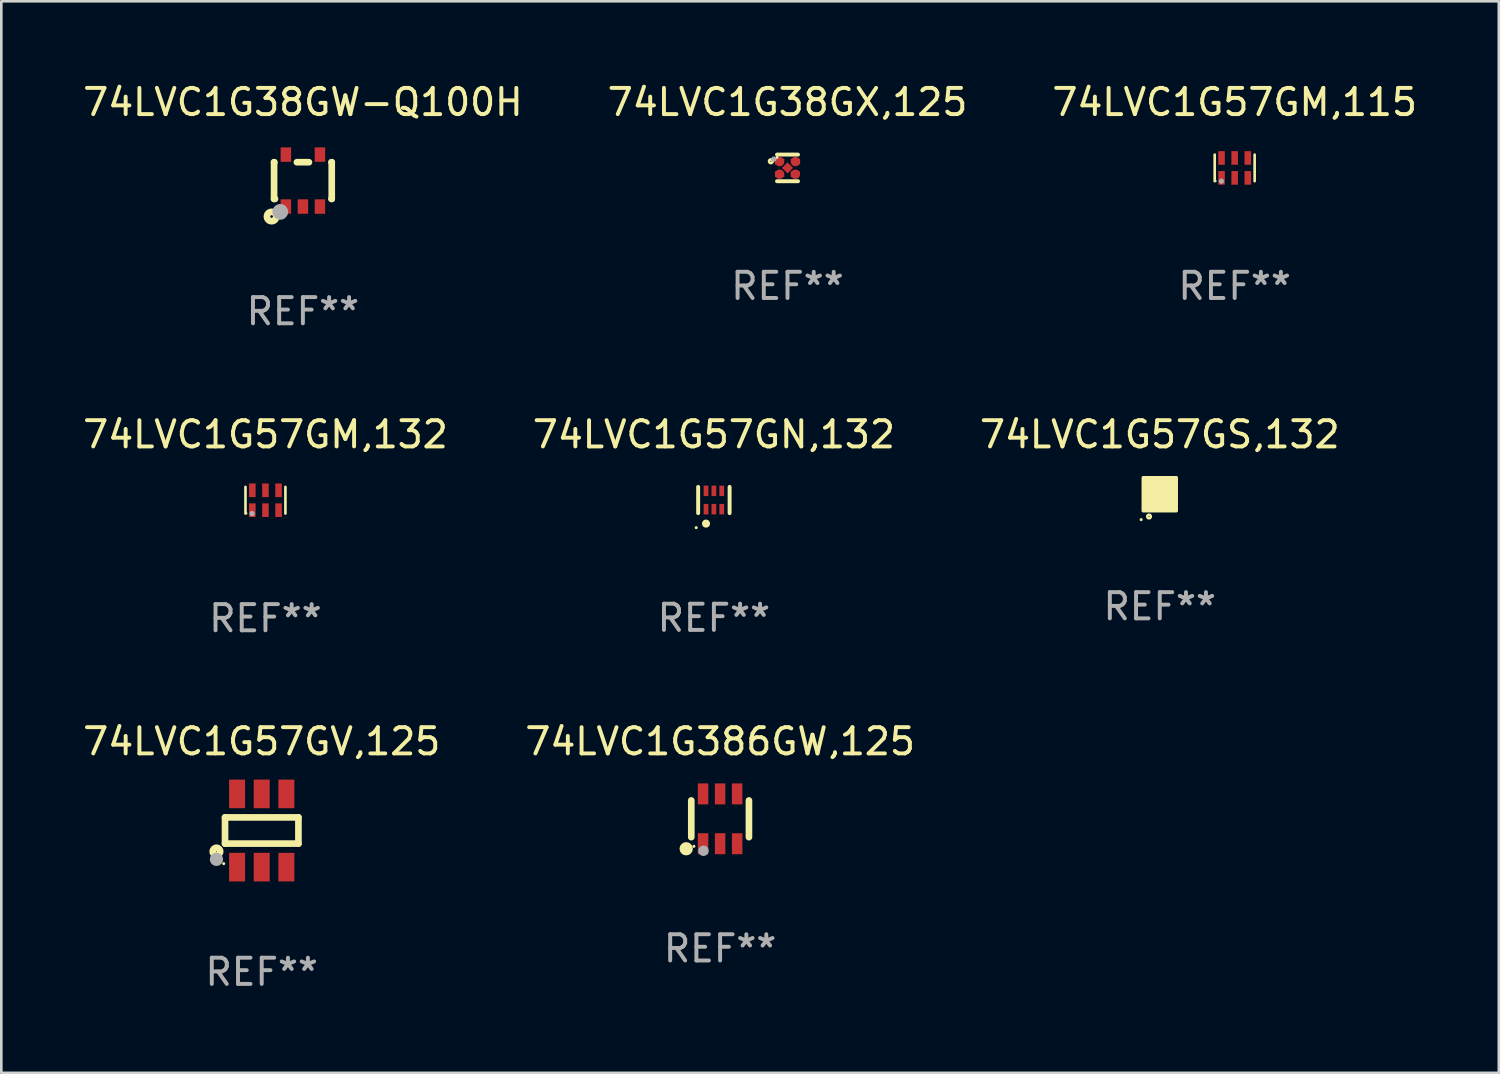
<source format=kicad_pcb>
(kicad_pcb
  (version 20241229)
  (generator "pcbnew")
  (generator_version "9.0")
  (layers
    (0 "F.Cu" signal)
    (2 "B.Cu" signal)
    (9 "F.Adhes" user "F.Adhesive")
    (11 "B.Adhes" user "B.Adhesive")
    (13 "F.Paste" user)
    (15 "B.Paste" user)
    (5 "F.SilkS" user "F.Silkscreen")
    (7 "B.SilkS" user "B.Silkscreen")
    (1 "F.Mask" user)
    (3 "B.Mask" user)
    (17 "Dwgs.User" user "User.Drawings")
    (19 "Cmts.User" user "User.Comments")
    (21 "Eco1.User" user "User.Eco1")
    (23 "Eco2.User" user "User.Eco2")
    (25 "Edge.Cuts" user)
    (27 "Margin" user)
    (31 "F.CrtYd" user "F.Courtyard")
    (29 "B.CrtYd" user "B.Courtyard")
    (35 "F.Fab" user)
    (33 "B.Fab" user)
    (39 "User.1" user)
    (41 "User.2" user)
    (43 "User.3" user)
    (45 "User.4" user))
  (footprint "74LVC1G57GM,115"
    (layer "F.Cu")
    (at 44.054 3.356)
    (property "Reference" "74LVC1G57GM,115" (at 0 -2.508 0) (layer "F.SilkS") (effects (font (size 1 1) (thickness 0.15))))
    (attr through_hole)
    (fp_line (start -0.762 -0.508) (end -0.762 0.508) (stroke (width 0.1) (type solid)) (layer "F.SilkS"))
    (fp_line (start 0.762 -0.508) (end 0.762 0.508) (stroke (width 0.1) (type solid)) (layer "F.SilkS"))
    (fp_circle (center -0.725 0.5) (end -0.705 0.5) (stroke (width 0.04) (type solid)) (fill no) (layer "F.SilkS"))
    (fp_circle (center -0.508 0.508) (end -0.458 0.508) (stroke (width 0.1) (type solid)) (fill no) (layer "F.Fab"))
    (fp_text user "REF**" (at 0 4.508 0) (layer "F.Fab") (effects (font (size 1 1) (thickness 0.15))))
    (pad "1" smd rect (at -0.5 0.38) (size 0.25 0.52) (layers "F.Cu" "F.Mask" "F.Paste"))
    (pad "2" smd rect (at -0.000127 0.38) (size 0.25 0.52) (layers "F.Cu" "F.Mask" "F.Paste"))
    (pad "3" smd rect (at 0.5 0.38) (size 0.25 0.52) (layers "F.Cu" "F.Mask" "F.Paste"))
    (pad "4" smd rect (at 0.5 -0.38 180) (size 0.25 0.52) (layers "F.Cu" "F.Mask" "F.Paste"))
    (pad "5" smd rect (at -0.000127 -0.38 180) (size 0.25 0.52) (layers "F.Cu" "F.Mask" "F.Paste"))
    (pad "6" smd rect (at -0.5 -0.38 180) (size 0.25 0.52) (layers "F.Cu" "F.Mask" "F.Paste")))
  (footprint "74LVC1G57GN,132"
    (layer "F.Cu")
    (at 24.185 16.026)
    (property "Reference" "74LVC1G57GN,132" (at 0 -2.5 0) (layer "F.SilkS") (effects (font (size 1 1) (thickness 0.15))))
    (attr through_hole)
    (fp_line (start -0.6 -0.5) (end -0.6 0.5) (stroke (width 0.15) (type solid)) (layer "F.SilkS"))
    (fp_line (start 0.6 0.5) (end 0.6 -0.5) (stroke (width 0.15) (type solid)) (layer "F.SilkS"))
    (fp_circle (center -0.675 1.055) (end -0.645 1.055) (stroke (width 0.06) (type solid)) (fill no) (layer "F.SilkS"))
    (fp_circle (center -0.3 0.9) (end -0.22 0.9) (stroke (width 0.15) (type solid)) (fill no) (layer "F.SilkS"))
    (fp_text user "REF**" (at 0 4.5 0) (layer "F.Fab") (effects (font (size 1 1) (thickness 0.15))))
    (pad "1" smd rect (at -0.3 0.35) (size 0.18 0.4) (layers "F.Cu" "F.Mask" "F.Paste"))
    (pad "2" smd rect (at 0.000025 0.35) (size 0.18 0.4) (layers "F.Cu" "F.Mask" "F.Paste"))
    (pad "3" smd rect (at 0.3 0.35) (size 0.18 0.4) (layers "F.Cu" "F.Mask" "F.Paste"))
    (pad "4" smd rect (at 0.3 -0.35) (size 0.18 0.4) (layers "F.Cu" "F.Mask" "F.Paste"))
    (pad "5" smd rect (at 0.000025 -0.35) (size 0.18 0.4) (layers "F.Cu" "F.Mask" "F.Paste"))
    (pad "6" smd rect (at -0.3 -0.35) (size 0.18 0.4) (layers "F.Cu" "F.Mask" "F.Paste")))
  (footprint "74LVC1G57GS,132"
    (layer "F.Cu")
    (at 41.196 15.806)
    (property "Reference" "74LVC1G57GS,132" (at 0 -2.28 0) (layer "F.SilkS") (effects (font (size 1 1) (thickness 0.15))))
    (attr through_hole)
    (fp_circle (center -0.71 0.968) (end -0.68 0.968) (stroke (width 0.06) (type solid)) (fill no) (layer "F.SilkS"))
    (fp_circle (center -0.41 0.85) (end -0.342 0.85) (stroke (width 0.1) (type solid)) (fill no) (layer "F.SilkS"))
    (fp_poly (pts (xy -0.635 -0.635) (xy 0.635 -0.635) (xy 0.635 0.635) (xy -0.635 0.635)) (stroke (width 0.12) (type solid)) (fill yes) (layer "F.SilkS"))
    (fp_text user "REF**" (at 0 4.28 0) (layer "F.Fab") (effects (font (size 1 1) (thickness 0.15))))
    (pad "1" smd rect (at -0.35 0.28 90) (size 0.35 0.2) (layers "F.Cu" "F.Mask" "F.Paste"))
    (pad "2" smd rect (at 0 0.28 90) (size 0.35 0.2) (layers "F.Cu" "F.Mask" "F.Paste"))
    (pad "3" smd rect (at 0.35 0.28 90) (size 0.35 0.2) (layers "F.Cu" "F.Mask" "F.Paste"))
    (pad "4" smd rect (at 0.35 -0.28 90) (size 0.35 0.2) (layers "F.Cu" "F.Mask" "F.Paste"))
    (pad "5" smd rect (at 0 -0.28 90) (size 0.35 0.2) (layers "F.Cu" "F.Mask" "F.Paste"))
    (pad "6" smd rect (at -0.35 -0.28 90) (size 0.35 0.2) (layers "F.Cu" "F.Mask" "F.Paste")))
  (footprint "74LVC1G57GV,125"
    (layer "F.Cu")
    (at 6.935 28.635)
    (property "Reference" "74LVC1G57GV,125" (at 0 -3.397 0) (layer "F.SilkS") (effects (font (size 1 1) (thickness 0.15))))
    (attr through_hole)
    (fp_line (start -1.4 -0.501) (end -1.4 0.5) (stroke (width 0.254) (type solid)) (layer "F.SilkS"))
    (fp_line (start -1.4 0.5) (end 1.4 0.5) (stroke (width 0.254) (type solid)) (layer "F.SilkS"))
    (fp_line (start 1.4 -0.501) (end -1.4 -0.501) (stroke (width 0.254) (type solid)) (layer "F.SilkS"))
    (fp_line (start 1.4 0.5) (end 1.4 -0.501) (stroke (width 0.254) (type solid)) (layer "F.SilkS"))
    (fp_circle (center -1.727 0.8) (end -1.585 0.8) (stroke (width 0.254) (type solid)) (fill no) (layer "F.SilkS"))
    (fp_circle (center -1.45 1.263) (end -1.42 1.263) (stroke (width 0.06) (type solid)) (fill no) (layer "F.SilkS"))
    (fp_circle (center -1.727 1.1) (end -1.6 1.1) (stroke (width 0.254) (type solid)) (fill no) (layer "F.Fab"))
    (fp_text user "REF**" (at 0 5.397 0) (layer "F.Fab") (effects (font (size 1 1) (thickness 0.15))))
    (pad "1" smd rect (at -0.94 1.397 180) (size 0.61 1.092) (layers "F.Cu" "F.Mask" "F.Paste"))
    (pad "2" smd rect (at 0.000127 1.397 180) (size 0.61 1.092) (layers "F.Cu" "F.Mask" "F.Paste"))
    (pad "3" smd rect (at 0.94 1.397 180) (size 0.61 1.092) (layers "F.Cu" "F.Mask" "F.Paste"))
    (pad "4" smd rect (at 0.94 -1.397 180) (size 0.61 1.092) (layers "F.Cu" "F.Mask" "F.Paste"))
    (pad "5" smd rect (at 0.000127 -1.397 180) (size 0.61 1.092) (layers "F.Cu" "F.Mask" "F.Paste"))
    (pad "6" smd rect (at -0.94 -1.397 180) (size 0.61 1.092) (layers "F.Cu" "F.Mask" "F.Paste")))
  (footprint "74LVC1G38GW-Q100H"
    (layer "F.Cu")
    (at 8.506 3.839)
    (property "Reference" "74LVC1G38GW-Q100H" (at 0 -2.991 0) (layer "F.SilkS") (effects (font (size 1 1) (thickness 0.15))))
    (attr through_hole)
    (fp_line (start -1.1 -0.7) (end -1.1 0.7) (stroke (width 0.254) (type solid)) (layer "F.SilkS"))
    (fp_line (start -1.1 -0.7) (end -1.09 -0.7) (stroke (width 0.254) (type solid)) (layer "F.SilkS"))
    (fp_line (start -1.1 0.7) (end -1.065 0.7) (stroke (width 0.254) (type solid)) (layer "F.SilkS"))
    (fp_line (start -0.23 -0.7) (end 0.23 -0.7) (stroke (width 0.254) (type solid)) (layer "F.SilkS"))
    (fp_line (start 1.09 -0.7) (end 1.1 -0.7) (stroke (width 0.254) (type solid)) (layer "F.SilkS"))
    (fp_line (start 1.09 0.7) (end 1.1 0.7) (stroke (width 0.254) (type solid)) (layer "F.SilkS"))
    (fp_line (start 1.1 -0.7) (end 1.1 0.7) (stroke (width 0.254) (type solid)) (layer "F.SilkS"))
    (fp_circle (center -1.194 1.372) (end -1.143 1.372) (stroke (width 0.254) (type solid)) (fill no) (layer "F.SilkS"))
    (fp_circle (center -1.05 1.063) (end -1.02 1.063) (stroke (width 0.06) (type solid)) (fill no) (layer "F.SilkS"))
    (fp_circle (center -0.864 1.194) (end -0.713 1.194) (stroke (width 0.3) (type solid)) (fill no) (layer "F.Fab"))
    (fp_text user "REF**" (at 0 4.991 0) (layer "F.Fab") (effects (font (size 1 1) (thickness 0.15))))
    (pad "1" smd rect (at -0.65 0.991 180) (size 0.399 0.551) (layers "F.Cu" "F.Mask" "F.Paste"))
    (pad "2" smd rect (at 0 0.991 180) (size 0.399 0.551) (layers "F.Cu" "F.Mask" "F.Paste"))
    (pad "3" smd rect (at 0.65 0.991 180) (size 0.399 0.551) (layers "F.Cu" "F.Mask" "F.Paste"))
    (pad "4" smd rect (at 0.65 -0.991 180) (size 0.399 0.551) (layers "F.Cu" "F.Mask" "F.Paste"))
    (pad "5" smd rect (at -0.65 -0.991 180) (size 0.399 0.551) (layers "F.Cu" "F.Mask" "F.Paste")))
  (footprint "74LVC1G38GX,125"
    (layer "F.Cu")
    (at 26.994 3.356)
    (property "Reference" "74LVC1G38GX,125" (at 0 -2.508 0) (layer "F.SilkS") (effects (font (size 1 1) (thickness 0.15))))
    (attr through_hole)
    (fp_line (start 0.4 -0.508) (end -0.4 -0.508) (stroke (width 0.15) (type solid)) (layer "F.SilkS"))
    (fp_line (start 0.4 0.508) (end -0.4 0.508) (stroke (width 0.15) (type solid)) (layer "F.SilkS"))
    (fp_circle (center -0.635 -0.254) (end -0.615 -0.254) (stroke (width 0.1) (type solid)) (fill no) (layer "F.SilkS"))
    (fp_circle (center -0.401 -0.4) (end -0.371 -0.4) (stroke (width 0.06) (type solid)) (fill no) (layer "F.SilkS"))
    (fp_circle (center -0.523 -0.337) (end -0.473 -0.337) (stroke (width 0.1) (type solid)) (fill no) (layer "F.Fab"))
    (fp_text user "REF**" (at 0 4.508 0) (layer "F.Fab") (effects (font (size 1 1) (thickness 0.15))))
    (pad "1" smd custom (at -0.3 -0.24) (size 0.36 0.22) (layers "F.Cu" "F.Mask" "F.Paste") (options (anchor circle)) (primitives (gr_poly (pts (xy -0.18 -0.11) (xy -0.18 0.11) (xy 0.000127 0.11) (xy 0.18 -0.03) (xy 0.18 -0.11) (xy -0.18 -0.11)) (width 0) (fill yes))))
    (pad "2" smd custom (at -0.3 0.24) (size 0.36 0.22) (layers "F.Cu" "F.Mask" "F.Paste") (options (anchor circle)) (primitives (gr_poly (pts (xy -0.18 0.11) (xy -0.18 -0.11) (xy 0.000127 -0.11) (xy 0.18 0.03) (xy 0.18 0.11) (xy -0.18 0.11)) (width 0) (fill yes))))
    (pad "3" smd rect (at 0.000102 -0.000127 45) (size 0.3 0.3) (layers "F.Cu" "F.Mask" "F.Paste"))
    (pad "4" smd custom (at 0.3 0.24 180) (size 0.36 0.22) (layers "F.Cu" "F.Mask" "F.Paste") (options (anchor circle)) (primitives (gr_poly (pts (xy 0.18 0.11) (xy 0.18 -0.11) (xy -0.000178 -0.11) (xy -0.18 0.03) (xy -0.18 0.11) (xy 0.18 0.11)) (width 0) (fill yes))))
    (pad "5" smd custom (at 0.3 -0.24) (size 0.36 0.22) (layers "F.Cu" "F.Mask" "F.Paste") (options (anchor circle)) (primitives (gr_poly (pts (xy 0.18 -0.11) (xy 0.18 0.11) (xy -0.000152 0.11) (xy -0.18 -0.03) (xy -0.18 -0.11) (xy 0.18 -0.11)) (width 0) (fill yes)))))
  (footprint "74LVC1G386GW,125"
    (layer "F.Cu")
    (at 24.423 28.188)
    (property "Reference" "74LVC1G386GW,125" (at 0 -2.95 0) (layer "F.SilkS") (effects (font (size 1 1) (thickness 0.15))))
    (attr through_hole)
    (fp_line (start -1.1 -0.7) (end -1.1 0.7) (stroke (width 0.254) (type solid)) (layer "F.SilkS"))
    (fp_line (start 1.1 -0.7) (end 1.1 0.7) (stroke (width 0.254) (type solid)) (layer "F.SilkS"))
    (fp_circle (center -1.295 1.143) (end -1.168 1.143) (stroke (width 0.254) (type solid)) (fill no) (layer "F.SilkS"))
    (fp_circle (center -1 1.05) (end -0.97 1.05) (stroke (width 0.06) (type solid)) (fill no) (layer "F.SilkS"))
    (fp_circle (center -0.635 1.219) (end -0.535 1.219) (stroke (width 0.2) (type solid)) (fill no) (layer "F.Fab"))
    (fp_text user "REF**" (at 0 4.95 0) (layer "F.Fab") (effects (font (size 1 1) (thickness 0.15))))
    (pad "1" smd rect (at -0.65 0.95) (size 0.4 0.8) (layers "F.Cu" "F.Mask" "F.Paste"))
    (pad "2" smd rect (at 0 0.95) (size 0.4 0.8) (layers "F.Cu" "F.Mask" "F.Paste"))
    (pad "3" smd rect (at 0.65 0.95) (size 0.4 0.8) (layers "F.Cu" "F.Mask" "F.Paste"))
    (pad "4" smd rect (at 0.65 -0.95) (size 0.4 0.8) (layers "F.Cu" "F.Mask" "F.Paste"))
    (pad "5" smd rect (at 0 -0.95) (size 0.4 0.8) (layers "F.Cu" "F.Mask" "F.Paste"))
    (pad "6" smd rect (at -0.65 -0.95) (size 0.4 0.8) (layers "F.Cu" "F.Mask" "F.Paste")))
  (footprint "74LVC1G57GM,132"
    (layer "F.Cu")
    (at 7.077 16.034)
    (property "Reference" "74LVC1G57GM,132" (at 0 -2.508 0) (layer "F.SilkS") (effects (font (size 1 1) (thickness 0.15))))
    (attr through_hole)
    (fp_line (start -0.762 -0.508) (end -0.762 0.508) (stroke (width 0.1) (type solid)) (layer "F.SilkS"))
    (fp_line (start 0.762 -0.508) (end 0.762 0.508) (stroke (width 0.1) (type solid)) (layer "F.SilkS"))
    (fp_circle (center -0.725 0.5) (end -0.705 0.5) (stroke (width 0.04) (type solid)) (fill no) (layer "F.SilkS"))
    (fp_circle (center -0.508 0.508) (end -0.458 0.508) (stroke (width 0.1) (type solid)) (fill no) (layer "F.Fab"))
    (fp_text user "REF**" (at 0 4.508 0) (layer "F.Fab") (effects (font (size 1 1) (thickness 0.15))))
    (pad "1" smd rect (at -0.5 0.38) (size 0.25 0.52) (layers "F.Cu" "F.Mask" "F.Paste"))
    (pad "2" smd rect (at -0.000127 0.38) (size 0.25 0.52) (layers "F.Cu" "F.Mask" "F.Paste"))
    (pad "3" smd rect (at 0.5 0.38) (size 0.25 0.52) (layers "F.Cu" "F.Mask" "F.Paste"))
    (pad "4" smd rect (at 0.5 -0.38 180) (size 0.25 0.52) (layers "F.Cu" "F.Mask" "F.Paste"))
    (pad "5" smd rect (at -0.000127 -0.38 180) (size 0.25 0.52) (layers "F.Cu" "F.Mask" "F.Paste"))
    (pad "6" smd rect (at -0.5 -0.38 180) (size 0.25 0.52) (layers "F.Cu" "F.Mask" "F.Paste")))
  (gr_rect
    (start -3 -3)
    (end 54.131 37.881)
    (stroke (width 0.1) (type default))
    (fill no)
    (layer "Edge.Cuts")))
</source>
